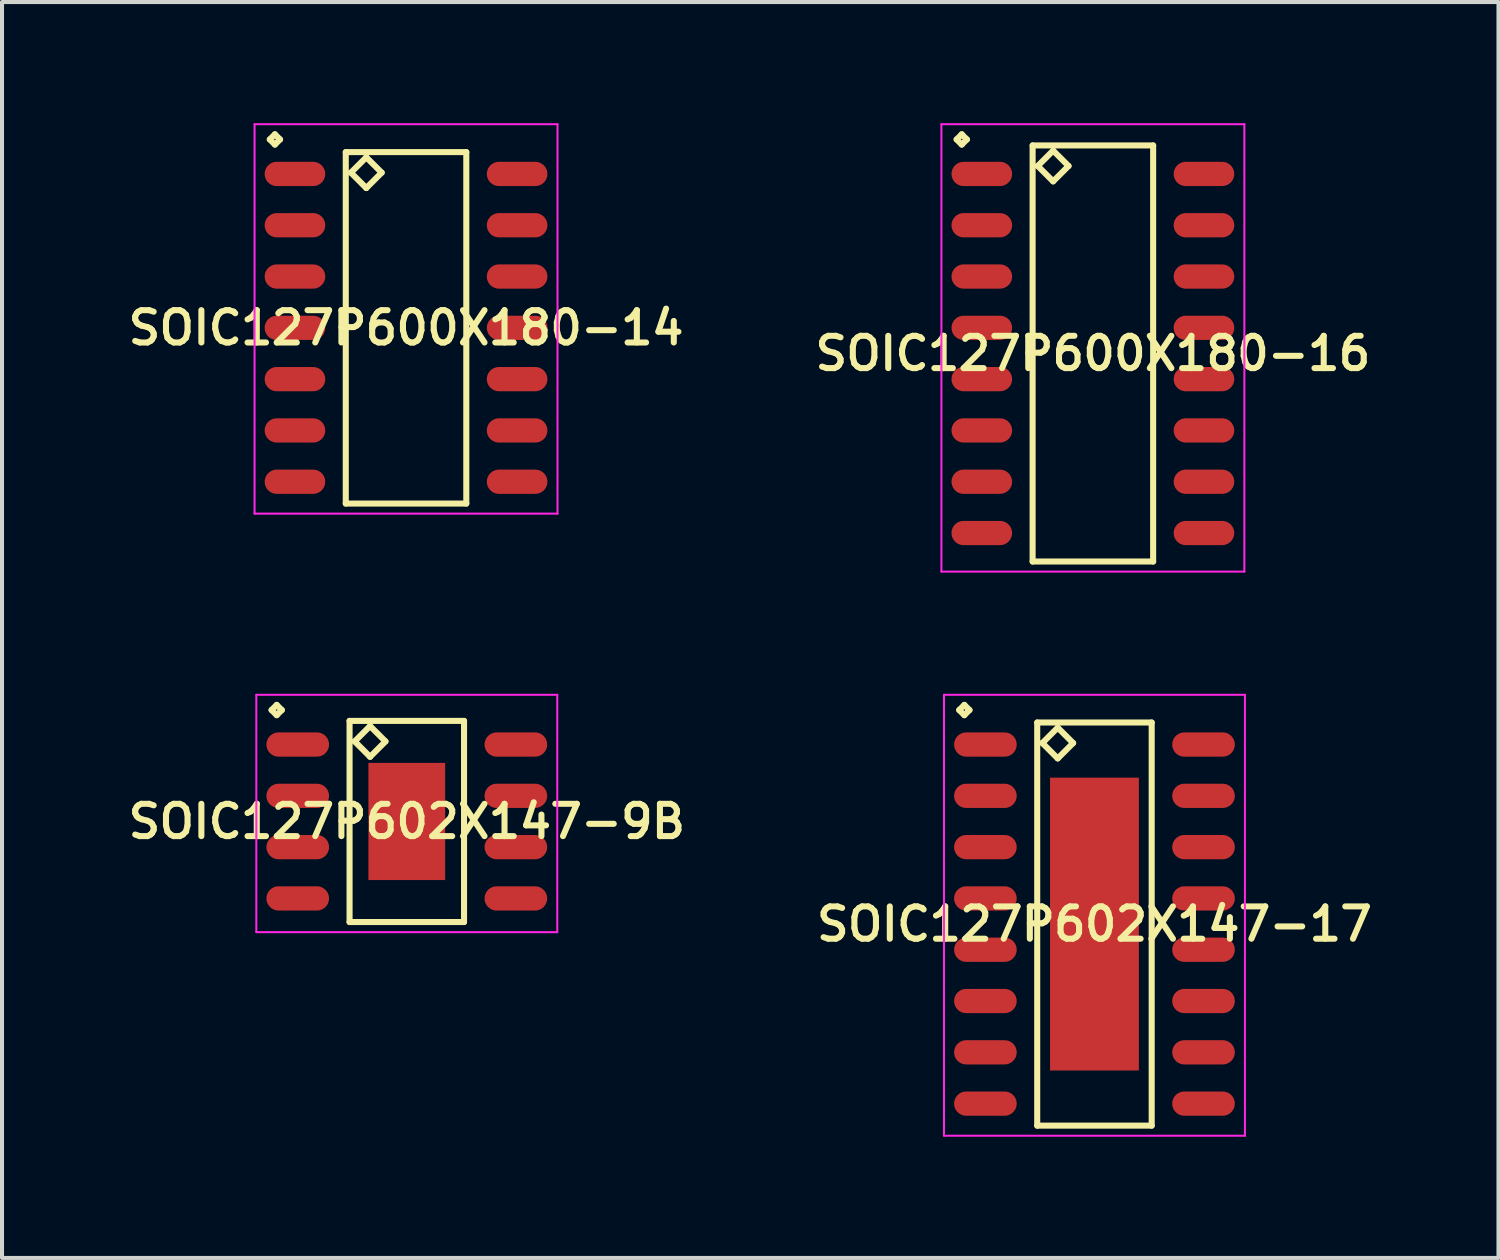
<source format=kicad_pcb>
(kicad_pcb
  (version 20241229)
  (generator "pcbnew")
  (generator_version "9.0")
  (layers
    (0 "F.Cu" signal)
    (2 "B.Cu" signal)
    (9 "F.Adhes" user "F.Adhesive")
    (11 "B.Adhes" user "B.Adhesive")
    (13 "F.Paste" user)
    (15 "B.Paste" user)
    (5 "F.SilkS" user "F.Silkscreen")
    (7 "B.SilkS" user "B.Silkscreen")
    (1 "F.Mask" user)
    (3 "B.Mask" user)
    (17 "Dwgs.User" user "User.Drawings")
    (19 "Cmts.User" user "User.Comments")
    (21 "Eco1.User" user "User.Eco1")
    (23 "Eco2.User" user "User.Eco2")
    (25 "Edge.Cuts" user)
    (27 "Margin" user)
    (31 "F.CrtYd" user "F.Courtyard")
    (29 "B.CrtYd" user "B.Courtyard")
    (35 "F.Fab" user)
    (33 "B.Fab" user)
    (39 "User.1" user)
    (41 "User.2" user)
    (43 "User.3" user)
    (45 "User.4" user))
  (footprint "SOIC127P600X180-14"
    (layer "F.Cu")
    (at 7.002 5.066)
    (property "Reference" "SOIC127P600X180-14" (at 0 0 0) (layer "F.SilkS") (effects (font (size 0.8 0.8) (thickness 0.15))))
    (attr smd)
    (fp_line (start -3.373 -4.664) (end -3.246 -4.791) (stroke (width 0.15) (type solid)) (layer "F.SilkS"))
    (fp_line (start -3.246 -4.791) (end -3.119 -4.664) (stroke (width 0.15) (type solid)) (layer "F.SilkS"))
    (fp_line (start -3.246 -4.537) (end -3.373 -4.664) (stroke (width 0.15) (type solid)) (layer "F.SilkS"))
    (fp_line (start -3.119 -4.664) (end -3.246 -4.537) (stroke (width 0.15) (type solid)) (layer "F.SilkS"))
    (fp_line (start -1.492 -4.35) (end -1.492 4.35) (stroke (width 0.15) (type solid)) (layer "F.SilkS"))
    (fp_line (start -1.492 4.35) (end 1.492 4.35) (stroke (width 0.15) (type solid)) (layer "F.SilkS"))
    (fp_line (start -1.365 -3.842) (end -0.984 -4.223) (stroke (width 0.15) (type solid)) (layer "F.SilkS"))
    (fp_line (start -0.984 -4.223) (end -0.603 -3.842) (stroke (width 0.15) (type solid)) (layer "F.SilkS"))
    (fp_line (start -0.984 -3.461) (end -1.365 -3.842) (stroke (width 0.15) (type solid)) (layer "F.SilkS"))
    (fp_line (start -0.603 -3.842) (end -0.984 -3.461) (stroke (width 0.15) (type solid)) (layer "F.SilkS"))
    (fp_line (start 1.492 -4.35) (end -1.492 -4.35) (stroke (width 0.15) (type solid)) (layer "F.SilkS"))
    (fp_line (start 1.492 4.35) (end 1.492 -4.35) (stroke (width 0.15) (type solid)) (layer "F.SilkS"))
    (fp_line (start -3.75 -5.041) (end 3.75 -5.041) (stroke (width 0.05) (type solid)) (layer "F.CrtYd"))
    (fp_line (start -3.75 4.6) (end -3.75 -5.041) (stroke (width 0.05) (type solid)) (layer "F.CrtYd"))
    (fp_line (start 3.75 -5.041) (end 3.75 4.6) (stroke (width 0.05) (type solid)) (layer "F.CrtYd"))
    (fp_line (start 3.75 4.6) (end -3.75 4.6) (stroke (width 0.05) (type solid)) (layer "F.CrtYd"))
    (pad "1" smd oval (at -2.75 -3.81) (size 1.5 0.6) (layers "F.Cu" "F.Mask" "F.Paste"))
    (pad "2" smd oval (at -2.75 -2.54) (size 1.5 0.6) (layers "F.Cu" "F.Mask" "F.Paste"))
    (pad "3" smd oval (at -2.75 -1.27) (size 1.5 0.6) (layers "F.Cu" "F.Mask" "F.Paste"))
    (pad "4" smd oval (at -2.75 0) (size 1.5 0.6) (layers "F.Cu" "F.Mask" "F.Paste"))
    (pad "5" smd oval (at -2.75 1.27) (size 1.5 0.6) (layers "F.Cu" "F.Mask" "F.Paste"))
    (pad "6" smd oval (at -2.75 2.54) (size 1.5 0.6) (layers "F.Cu" "F.Mask" "F.Paste"))
    (pad "7" smd oval (at -2.75 3.81) (size 1.5 0.6) (layers "F.Cu" "F.Mask" "F.Paste"))
    (pad "8" smd oval (at 2.75 3.81) (size 1.5 0.6) (layers "F.Cu" "F.Mask" "F.Paste"))
    (pad "9" smd oval (at 2.75 2.54) (size 1.5 0.6) (layers "F.Cu" "F.Mask" "F.Paste"))
    (pad "10" smd oval (at 2.75 1.27) (size 1.5 0.6) (layers "F.Cu" "F.Mask" "F.Paste"))
    (pad "11" smd oval (at 2.75 0) (size 1.5 0.6) (layers "F.Cu" "F.Mask" "F.Paste"))
    (pad "12" smd oval (at 2.75 -1.27) (size 1.5 0.6) (layers "F.Cu" "F.Mask" "F.Paste"))
    (pad "13" smd oval (at 2.75 -2.54) (size 1.5 0.6) (layers "F.Cu" "F.Mask" "F.Paste"))
    (pad "14" smd oval (at 2.75 -3.81) (size 1.5 0.6) (layers "F.Cu" "F.Mask" "F.Paste")))
  (footprint "SOIC127P602X147-9B"
    (layer "F.Cu")
    (at 7.021 17.287)
    (property "Reference" "SOIC127P602X147-9B" (at 0 0 0) (layer "F.SilkS") (effects (font (size 0.8 0.8) (thickness 0.15))))
    (attr smd)
    (fp_line (start -3.348 -2.759) (end -3.221 -2.886) (stroke (width 0.15) (type solid)) (layer "F.SilkS"))
    (fp_line (start -3.221 -2.886) (end -3.094 -2.759) (stroke (width 0.15) (type solid)) (layer "F.SilkS"))
    (fp_line (start -3.221 -2.632) (end -3.348 -2.759) (stroke (width 0.15) (type solid)) (layer "F.SilkS"))
    (fp_line (start -3.094 -2.759) (end -3.221 -2.632) (stroke (width 0.15) (type solid)) (layer "F.SilkS"))
    (fp_line (start -1.417 -2.49) (end -1.417 2.49) (stroke (width 0.15) (type solid)) (layer "F.SilkS"))
    (fp_line (start -1.417 2.49) (end 1.417 2.49) (stroke (width 0.15) (type solid)) (layer "F.SilkS"))
    (fp_line (start -1.29 -1.982) (end -0.909 -2.363) (stroke (width 0.15) (type solid)) (layer "F.SilkS"))
    (fp_line (start -0.909 -2.363) (end -0.528 -1.982) (stroke (width 0.15) (type solid)) (layer "F.SilkS"))
    (fp_line (start -0.909 -1.601) (end -1.29 -1.982) (stroke (width 0.15) (type solid)) (layer "F.SilkS"))
    (fp_line (start -0.528 -1.982) (end -0.909 -1.601) (stroke (width 0.15) (type solid)) (layer "F.SilkS"))
    (fp_line (start 1.417 -2.49) (end -1.417 -2.49) (stroke (width 0.15) (type solid)) (layer "F.SilkS"))
    (fp_line (start 1.417 2.49) (end 1.417 -2.49) (stroke (width 0.15) (type solid)) (layer "F.SilkS"))
    (fp_line (start -3.725 -3.136) (end 3.725 -3.136) (stroke (width 0.05) (type solid)) (layer "F.CrtYd"))
    (fp_line (start -3.725 2.74) (end -3.725 -3.136) (stroke (width 0.05) (type solid)) (layer "F.CrtYd"))
    (fp_line (start 3.725 -3.136) (end 3.725 2.74) (stroke (width 0.05) (type solid)) (layer "F.CrtYd"))
    (fp_line (start 3.725 2.74) (end -3.725 2.74) (stroke (width 0.05) (type solid)) (layer "F.CrtYd"))
    (pad "1" smd oval (at -2.7 -1.905) (size 1.55 0.6) (layers "F.Cu" "F.Mask" "F.Paste"))
    (pad "2" smd oval (at -2.7 -0.635) (size 1.55 0.6) (layers "F.Cu" "F.Mask" "F.Paste"))
    (pad "3" smd oval (at -2.7 0.635) (size 1.55 0.6) (layers "F.Cu" "F.Mask" "F.Paste"))
    (pad "4" smd oval (at -2.7 1.905) (size 1.55 0.6) (layers "F.Cu" "F.Mask" "F.Paste"))
    (pad "5" smd oval (at 2.7 1.905) (size 1.55 0.6) (layers "F.Cu" "F.Mask" "F.Paste"))
    (pad "6" smd oval (at 2.7 0.635) (size 1.55 0.6) (layers "F.Cu" "F.Mask" "F.Paste"))
    (pad "7" smd oval (at 2.7 -0.635) (size 1.55 0.6) (layers "F.Cu" "F.Mask" "F.Paste"))
    (pad "8" smd oval (at 2.7 -1.905) (size 1.55 0.6) (layers "F.Cu" "F.Mask" "F.Paste"))
    (pad "9" smd rect (at 0 0) (size 1.9 2.9) (layers "F.Cu" "F.Mask" "F.Paste")))
  (footprint "SOIC127P602X147-17"
    (layer "F.Cu")
    (at 24.045 19.827)
    (property "Reference" "SOIC127P602X147-17" (at 0 0 0) (layer "F.SilkS") (effects (font (size 0.8 0.8) (thickness 0.15))))
    (attr smd)
    (fp_line (start -3.348 -5.299) (end -3.221 -5.426) (stroke (width 0.15) (type solid)) (layer "F.SilkS"))
    (fp_line (start -3.221 -5.426) (end -3.094 -5.299) (stroke (width 0.15) (type solid)) (layer "F.SilkS"))
    (fp_line (start -3.221 -5.172) (end -3.348 -5.299) (stroke (width 0.15) (type solid)) (layer "F.SilkS"))
    (fp_line (start -3.094 -5.299) (end -3.221 -5.172) (stroke (width 0.15) (type solid)) (layer "F.SilkS"))
    (fp_line (start -1.417 -4.99) (end -1.417 4.99) (stroke (width 0.15) (type solid)) (layer "F.SilkS"))
    (fp_line (start -1.417 4.99) (end 1.417 4.99) (stroke (width 0.15) (type solid)) (layer "F.SilkS"))
    (fp_line (start -1.29 -4.482) (end -0.909 -4.863) (stroke (width 0.15) (type solid)) (layer "F.SilkS"))
    (fp_line (start -0.909 -4.863) (end -0.528 -4.482) (stroke (width 0.15) (type solid)) (layer "F.SilkS"))
    (fp_line (start -0.909 -4.101) (end -1.29 -4.482) (stroke (width 0.15) (type solid)) (layer "F.SilkS"))
    (fp_line (start -0.528 -4.482) (end -0.909 -4.101) (stroke (width 0.15) (type solid)) (layer "F.SilkS"))
    (fp_line (start 1.417 -4.99) (end -1.417 -4.99) (stroke (width 0.15) (type solid)) (layer "F.SilkS"))
    (fp_line (start 1.417 4.99) (end 1.417 -4.99) (stroke (width 0.15) (type solid)) (layer "F.SilkS"))
    (fp_line (start -3.725 -5.676) (end 3.725 -5.676) (stroke (width 0.05) (type solid)) (layer "F.CrtYd"))
    (fp_line (start -3.725 5.24) (end -3.725 -5.676) (stroke (width 0.05) (type solid)) (layer "F.CrtYd"))
    (fp_line (start 3.725 -5.676) (end 3.725 5.24) (stroke (width 0.05) (type solid)) (layer "F.CrtYd"))
    (fp_line (start 3.725 5.24) (end -3.725 5.24) (stroke (width 0.05) (type solid)) (layer "F.CrtYd"))
    (pad "1" smd oval (at -2.7 -4.445) (size 1.55 0.6) (layers "F.Cu" "F.Mask" "F.Paste"))
    (pad "2" smd oval (at -2.7 -3.175) (size 1.55 0.6) (layers "F.Cu" "F.Mask" "F.Paste"))
    (pad "3" smd oval (at -2.7 -1.905) (size 1.55 0.6) (layers "F.Cu" "F.Mask" "F.Paste"))
    (pad "4" smd oval (at -2.7 -0.635) (size 1.55 0.6) (layers "F.Cu" "F.Mask" "F.Paste"))
    (pad "5" smd oval (at -2.7 0.635) (size 1.55 0.6) (layers "F.Cu" "F.Mask" "F.Paste"))
    (pad "6" smd oval (at -2.7 1.905) (size 1.55 0.6) (layers "F.Cu" "F.Mask" "F.Paste"))
    (pad "7" smd oval (at -2.7 3.175) (size 1.55 0.6) (layers "F.Cu" "F.Mask" "F.Paste"))
    (pad "8" smd oval (at -2.7 4.445) (size 1.55 0.6) (layers "F.Cu" "F.Mask" "F.Paste"))
    (pad "9" smd oval (at 2.7 4.445) (size 1.55 0.6) (layers "F.Cu" "F.Mask" "F.Paste"))
    (pad "10" smd oval (at 2.7 3.175) (size 1.55 0.6) (layers "F.Cu" "F.Mask" "F.Paste"))
    (pad "11" smd oval (at 2.7 1.905) (size 1.55 0.6) (layers "F.Cu" "F.Mask" "F.Paste"))
    (pad "12" smd oval (at 2.7 0.635) (size 1.55 0.6) (layers "F.Cu" "F.Mask" "F.Paste"))
    (pad "13" smd oval (at 2.7 -0.635) (size 1.55 0.6) (layers "F.Cu" "F.Mask" "F.Paste"))
    (pad "14" smd oval (at 2.7 -1.905) (size 1.55 0.6) (layers "F.Cu" "F.Mask" "F.Paste"))
    (pad "15" smd oval (at 2.7 -3.175) (size 1.55 0.6) (layers "F.Cu" "F.Mask" "F.Paste"))
    (pad "16" smd oval (at 2.7 -4.445) (size 1.55 0.6) (layers "F.Cu" "F.Mask" "F.Paste"))
    (pad "17" smd rect (at 0 0) (size 2.2 7.25) (layers "F.Cu" "F.Mask" "F.Paste")))
  (footprint "SOIC127P600X180-16"
    (layer "F.Cu")
    (at 24.006 5.701)
    (property "Reference" "SOIC127P600X180-16" (at 0 0 0) (layer "F.SilkS") (effects (font (size 0.8 0.8) (thickness 0.15))))
    (attr smd)
    (fp_line (start -3.373 -5.299) (end -3.246 -5.426) (stroke (width 0.15) (type solid)) (layer "F.SilkS"))
    (fp_line (start -3.246 -5.426) (end -3.119 -5.299) (stroke (width 0.15) (type solid)) (layer "F.SilkS"))
    (fp_line (start -3.246 -5.172) (end -3.373 -5.299) (stroke (width 0.15) (type solid)) (layer "F.SilkS"))
    (fp_line (start -3.119 -5.299) (end -3.246 -5.172) (stroke (width 0.15) (type solid)) (layer "F.SilkS"))
    (fp_line (start -1.492 -5.15) (end -1.492 5.15) (stroke (width 0.15) (type solid)) (layer "F.SilkS"))
    (fp_line (start -1.492 5.15) (end 1.492 5.15) (stroke (width 0.15) (type solid)) (layer "F.SilkS"))
    (fp_line (start -1.365 -4.642) (end -0.984 -5.023) (stroke (width 0.15) (type solid)) (layer "F.SilkS"))
    (fp_line (start -0.984 -5.023) (end -0.603 -4.642) (stroke (width 0.15) (type solid)) (layer "F.SilkS"))
    (fp_line (start -0.984 -4.261) (end -1.365 -4.642) (stroke (width 0.15) (type solid)) (layer "F.SilkS"))
    (fp_line (start -0.603 -4.642) (end -0.984 -4.261) (stroke (width 0.15) (type solid)) (layer "F.SilkS"))
    (fp_line (start 1.492 -5.15) (end -1.492 -5.15) (stroke (width 0.15) (type solid)) (layer "F.SilkS"))
    (fp_line (start 1.492 5.15) (end 1.492 -5.15) (stroke (width 0.15) (type solid)) (layer "F.SilkS"))
    (fp_line (start -3.75 -5.676) (end 3.75 -5.676) (stroke (width 0.05) (type solid)) (layer "F.CrtYd"))
    (fp_line (start -3.75 5.4) (end -3.75 -5.676) (stroke (width 0.05) (type solid)) (layer "F.CrtYd"))
    (fp_line (start 3.75 -5.676) (end 3.75 5.4) (stroke (width 0.05) (type solid)) (layer "F.CrtYd"))
    (fp_line (start 3.75 5.4) (end -3.75 5.4) (stroke (width 0.05) (type solid)) (layer "F.CrtYd"))
    (pad "1" smd oval (at -2.75 -4.445) (size 1.5 0.6) (layers "F.Cu" "F.Mask" "F.Paste"))
    (pad "2" smd oval (at -2.75 -3.175) (size 1.5 0.6) (layers "F.Cu" "F.Mask" "F.Paste"))
    (pad "3" smd oval (at -2.75 -1.905) (size 1.5 0.6) (layers "F.Cu" "F.Mask" "F.Paste"))
    (pad "4" smd oval (at -2.75 -0.635) (size 1.5 0.6) (layers "F.Cu" "F.Mask" "F.Paste"))
    (pad "5" smd oval (at -2.75 0.635) (size 1.5 0.6) (layers "F.Cu" "F.Mask" "F.Paste"))
    (pad "6" smd oval (at -2.75 1.905) (size 1.5 0.6) (layers "F.Cu" "F.Mask" "F.Paste"))
    (pad "7" smd oval (at -2.75 3.175) (size 1.5 0.6) (layers "F.Cu" "F.Mask" "F.Paste"))
    (pad "8" smd oval (at -2.75 4.445) (size 1.5 0.6) (layers "F.Cu" "F.Mask" "F.Paste"))
    (pad "9" smd oval (at 2.75 4.445) (size 1.5 0.6) (layers "F.Cu" "F.Mask" "F.Paste"))
    (pad "10" smd oval (at 2.75 3.175) (size 1.5 0.6) (layers "F.Cu" "F.Mask" "F.Paste"))
    (pad "11" smd oval (at 2.75 1.905) (size 1.5 0.6) (layers "F.Cu" "F.Mask" "F.Paste"))
    (pad "12" smd oval (at 2.75 0.635) (size 1.5 0.6) (layers "F.Cu" "F.Mask" "F.Paste"))
    (pad "13" smd oval (at 2.75 -0.635) (size 1.5 0.6) (layers "F.Cu" "F.Mask" "F.Paste"))
    (pad "14" smd oval (at 2.75 -1.905) (size 1.5 0.6) (layers "F.Cu" "F.Mask" "F.Paste"))
    (pad "15" smd oval (at 2.75 -3.175) (size 1.5 0.6) (layers "F.Cu" "F.Mask" "F.Paste"))
    (pad "16" smd oval (at 2.75 -4.445) (size 1.5 0.6) (layers "F.Cu" "F.Mask" "F.Paste")))
  (gr_rect
    (start -3 -3)
    (end 34.047 28.092)
    (stroke (width 0.1) (type default))
    (fill no)
    (layer "Edge.Cuts")))
</source>
